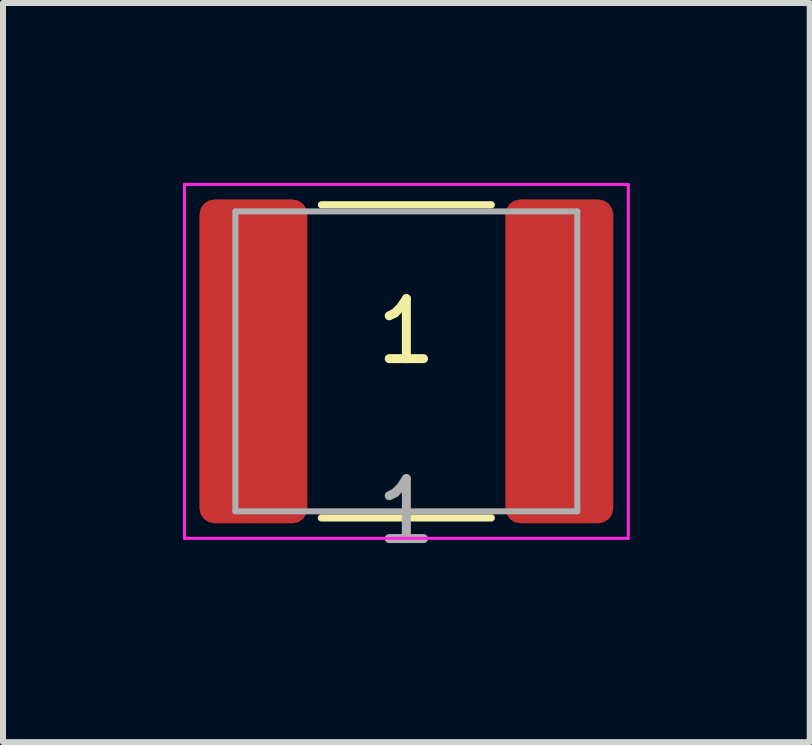
<source format=kicad_pcb>
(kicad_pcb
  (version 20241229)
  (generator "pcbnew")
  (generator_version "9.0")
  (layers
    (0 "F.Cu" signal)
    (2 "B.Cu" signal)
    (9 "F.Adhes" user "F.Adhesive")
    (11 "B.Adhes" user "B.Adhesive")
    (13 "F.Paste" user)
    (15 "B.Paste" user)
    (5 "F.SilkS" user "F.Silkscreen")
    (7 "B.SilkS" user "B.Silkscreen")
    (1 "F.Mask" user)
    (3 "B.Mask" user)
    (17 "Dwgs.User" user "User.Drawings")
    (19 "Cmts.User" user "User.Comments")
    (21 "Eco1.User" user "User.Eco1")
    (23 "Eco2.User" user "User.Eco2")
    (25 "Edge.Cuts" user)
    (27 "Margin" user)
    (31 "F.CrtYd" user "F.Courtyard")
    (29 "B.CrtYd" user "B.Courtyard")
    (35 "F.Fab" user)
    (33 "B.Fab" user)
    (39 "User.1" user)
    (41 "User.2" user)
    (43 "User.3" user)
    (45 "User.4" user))
  (footprint "1"
    (layer "F.Cu")
    (at 3.725 2.975)
    (property "Reference" "1" (at 0 -0.5 0) (unlocked yes) (layer "F.SilkS") (effects (font (size 1 1) (thickness 0.15))))
    (fp_line (start -1.416 -2.61) (end 1.416 -2.61) (stroke (width 0.12) (type solid)) (layer "F.SilkS"))
    (fp_line (start -1.416 2.61) (end 1.416 2.61) (stroke (width 0.12) (type solid)) (layer "F.SilkS"))
    (fp_line (start -3.7 -2.95) (end 3.7 -2.95) (stroke (width 0.05) (type solid)) (layer "F.CrtYd"))
    (fp_line (start -3.7 2.95) (end -3.7 -2.95) (stroke (width 0.05) (type solid)) (layer "F.CrtYd"))
    (fp_line (start 3.7 -2.95) (end 3.7 2.95) (stroke (width 0.05) (type solid)) (layer "F.CrtYd"))
    (fp_line (start 3.7 2.95) (end -3.7 2.95) (stroke (width 0.05) (type solid)) (layer "F.CrtYd"))
    (fp_line (start -2.85 -2.5) (end 2.85 -2.5) (stroke (width 0.1) (type solid)) (layer "F.Fab"))
    (fp_line (start -2.85 2.5) (end -2.85 -2.5) (stroke (width 0.1) (type solid)) (layer "F.Fab"))
    (fp_line (start 2.85 -2.5) (end 2.85 2.5) (stroke (width 0.1) (type solid)) (layer "F.Fab"))
    (fp_line (start 2.85 2.5) (end -2.85 2.5) (stroke (width 0.1) (type solid)) (layer "F.Fab"))
    (fp_text user "${REFERENCE}" (at 0 2.5 0) (unlocked yes) (layer "F.Fab") (effects (font (size 1 1) (thickness 0.15))))
    (pad "1" smd roundrect (at -2.55 0) (size 1.8 5.4) (layers "F.Cu" "F.Mask" "F.Paste") (roundrect_rratio 0.139))
    (pad "2" smd roundrect (at 2.55 0) (size 1.8 5.4) (layers "F.Cu" "F.Mask" "F.Paste") (roundrect_rratio 0.139)))
  (gr_rect
    (start -3 -3)
    (end 10.45 9.323)
    (stroke (width 0.1) (type default))
    (fill no)
    (layer "Edge.Cuts")))
</source>
